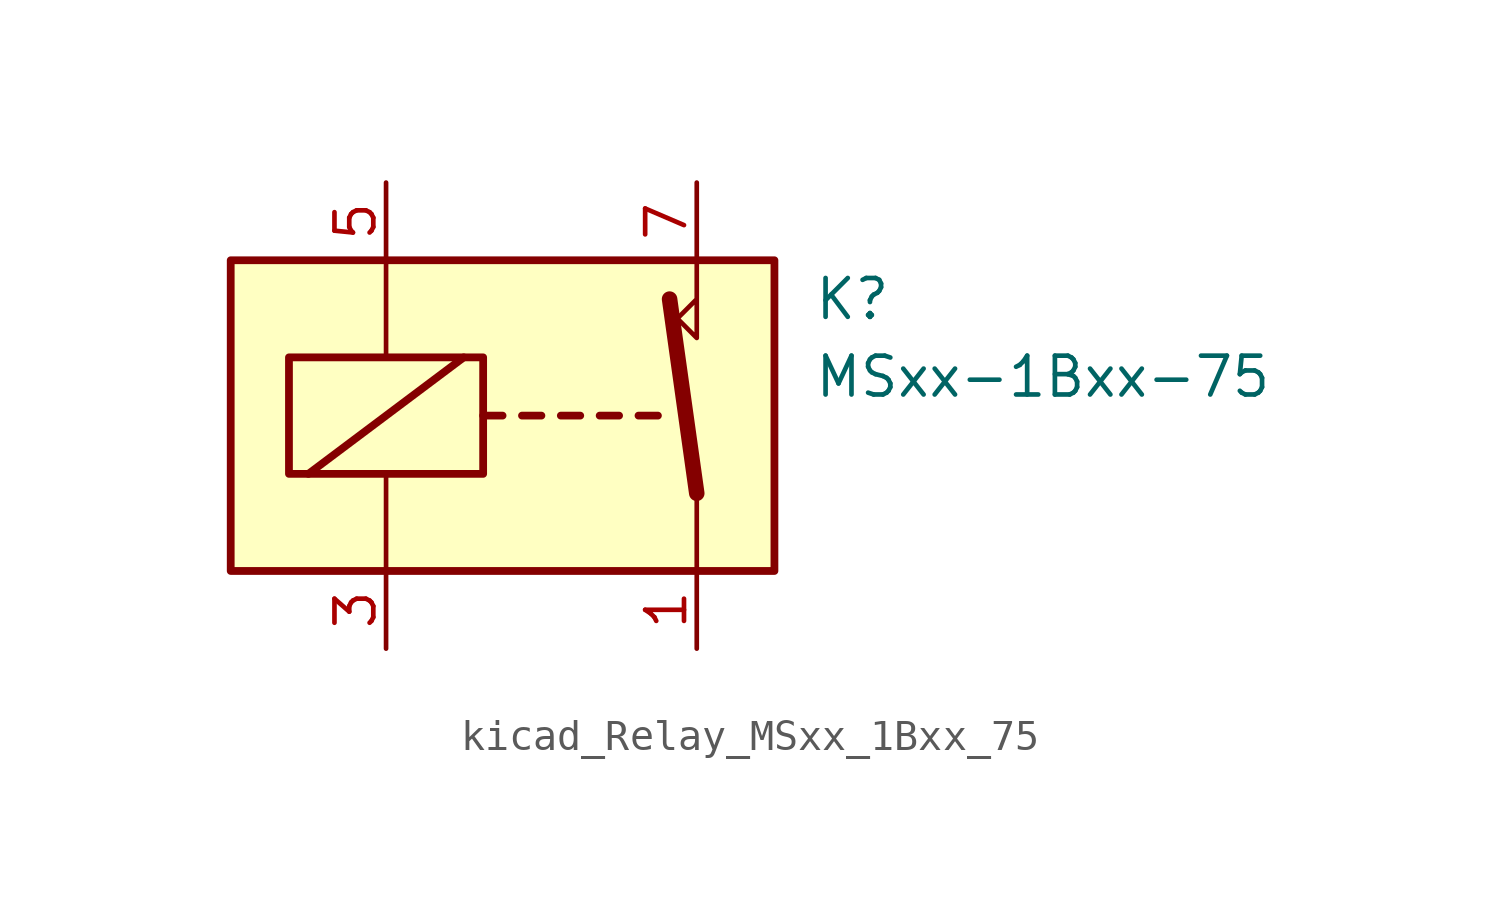
<source format=kicad_sym>
(kicad_symbol_lib
  (version 20220914)
  (generator kicad_symbol_editor)
  (symbol "kicad_Relay_MSxx_1Bxx_75"
    (property "Reference" "K"
      (at 8.89 3.81 0)
      (effects (font (size 1.27 1.27)) (justify left)))
    (property "Value" "MSxx-1Bxx-75"
      (at 8.89 1.27 0)
      (effects (font (size 1.27 1.27)) (justify left)))
    (symbol "kicad_Relay_MSxx_1Bxx_75_0_0"
      (polyline (pts (xy 5.08 5.08) (xy 5.08 2.54) (xy 4.445 3.175) (xy 5.08 3.81)) (stroke (width 0) (type default)) (fill (type none))))
    (symbol "kicad_Relay_MSxx_1Bxx_75_0_1"
      (rectangle (start -10.16 5.08) (end 7.62 -5.08) (stroke (width 0.254) (type default)) (fill (type background)))
      (rectangle (start -8.255 1.905) (end -1.905 -1.905) (stroke (width 0.254) (type default)) (fill (type none)))
      (polyline (pts (xy -7.62 -1.905) (xy -2.54 1.905)) (stroke (width 0.254) (type default)) (fill (type none)))
      (polyline (pts (xy -5.08 -5.08) (xy -5.08 -1.905)) (stroke (width 0) (type default)) (fill (type none)))
      (polyline (pts (xy -5.08 5.08) (xy -5.08 1.905)) (stroke (width 0) (type default)) (fill (type none)))
      (polyline (pts (xy -1.905 0) (xy -1.27 0)) (stroke (width 0.254) (type default)) (fill (type none)))
      (polyline (pts (xy -0.635 0) (xy 0 0)) (stroke (width 0.254) (type default)) (fill (type none)))
      (polyline (pts (xy 0.635 0) (xy 1.27 0)) (stroke (width 0.254) (type default)) (fill (type none)))
      (polyline (pts (xy 1.905 0) (xy 2.54 0)) (stroke (width 0.254) (type default)) (fill (type none)))
      (polyline (pts (xy 3.175 0) (xy 3.81 0)) (stroke (width 0.254) (type default)) (fill (type none)))
      (polyline (pts (xy 5.08 -2.54) (xy 4.191 3.81)) (stroke (width 0.508) (type default)) (fill (type none)))
      (polyline (pts (xy 5.08 -2.54) (xy 5.08 -5.08)) (stroke (width 0) (type default)) (fill (type none))))
    (symbol "kicad_Relay_MSxx_1Bxx_75_1_1"
      (pin passive line (at 5.08 -7.62 90) (length 2.54) (name "~" (effects (font (size 1.27 1.27)))) (number "1" (effects (font (size 1.27 1.27)))))
      (pin passive line (at -5.08 -7.62 90) (length 2.54) (name "~" (effects (font (size 1.27 1.27)))) (number "3" (effects (font (size 1.27 1.27)))))
      (pin passive line (at -5.08 7.62 270) (length 2.54) (name "~" (effects (font (size 1.27 1.27)))) (number "5" (effects (font (size 1.27 1.27)))))
      (pin passive line (at 5.08 7.62 270) (length 2.54) (name "~" (effects (font (size 1.27 1.27)))) (number "7" (effects (font (size 1.27 1.27))))))))
</source>
